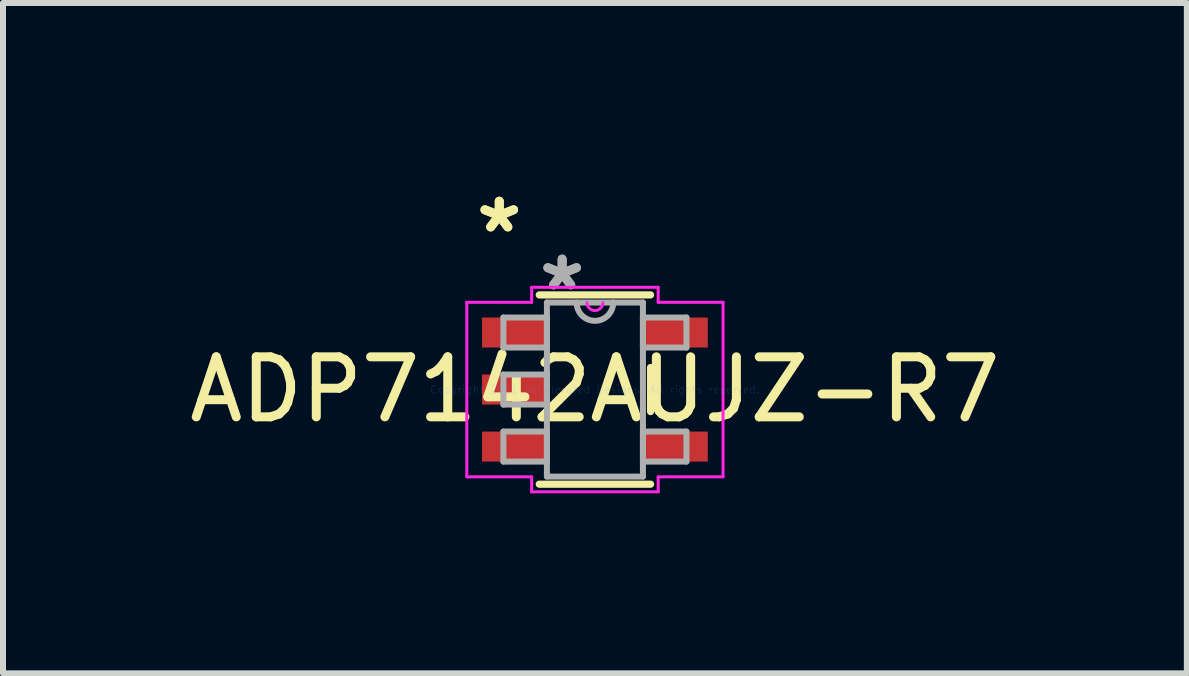
<source format=kicad_pcb>
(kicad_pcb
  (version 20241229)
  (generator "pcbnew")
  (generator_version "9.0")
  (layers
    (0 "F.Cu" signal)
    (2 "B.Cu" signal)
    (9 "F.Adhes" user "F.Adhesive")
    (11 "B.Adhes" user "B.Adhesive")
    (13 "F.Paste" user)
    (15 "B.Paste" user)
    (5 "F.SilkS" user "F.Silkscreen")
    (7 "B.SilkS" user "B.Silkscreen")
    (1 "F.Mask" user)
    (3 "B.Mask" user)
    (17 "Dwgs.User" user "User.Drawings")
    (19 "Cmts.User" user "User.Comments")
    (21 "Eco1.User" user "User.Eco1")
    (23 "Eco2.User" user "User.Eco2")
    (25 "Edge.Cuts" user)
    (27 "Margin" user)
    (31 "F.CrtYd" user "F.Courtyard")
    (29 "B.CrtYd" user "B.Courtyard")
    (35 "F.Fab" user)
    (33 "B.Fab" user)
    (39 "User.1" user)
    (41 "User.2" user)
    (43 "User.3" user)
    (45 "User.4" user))
  (footprint "ADP7142AUJZ-R7"
    (layer "F.Cu")
    (at 6.863 3.441)
    (property "Reference" "ADP7142AUJZ-R7" (at 0 0 0) (layer "F.SilkS") (effects (font (size 1 1) (thickness 0.15))))
    (attr through_hole)
    (fp_line (start -0.927 1.577) (end 0.927 1.577) (stroke (width 0.12) (type solid)) (layer "F.SilkS"))
    (fp_line (start 0.927 -1.577) (end -0.927 -1.577) (stroke (width 0.12) (type solid)) (layer "F.SilkS"))
    (fp_line (start 0.927 0.367) (end 0.927 -0.367) (stroke (width 0.12) (type solid)) (layer "F.SilkS"))
    (fp_line (start -2.135 -1.454) (end -1.054 -1.454) (stroke (width 0.05) (type solid)) (layer "F.CrtYd"))
    (fp_line (start -2.135 1.454) (end -2.135 -1.454) (stroke (width 0.05) (type solid)) (layer "F.CrtYd"))
    (fp_line (start -1.054 -1.704) (end 1.054 -1.704) (stroke (width 0.05) (type solid)) (layer "F.CrtYd"))
    (fp_line (start -1.054 -1.454) (end -1.054 -1.704) (stroke (width 0.05) (type solid)) (layer "F.CrtYd"))
    (fp_line (start -1.054 1.454) (end -2.135 1.454) (stroke (width 0.05) (type solid)) (layer "F.CrtYd"))
    (fp_line (start -1.054 1.704) (end -1.054 1.454) (stroke (width 0.05) (type solid)) (layer "F.CrtYd"))
    (fp_line (start 1.054 -1.704) (end 1.054 -1.454) (stroke (width 0.05) (type solid)) (layer "F.CrtYd"))
    (fp_line (start 1.054 -1.454) (end 2.135 -1.454) (stroke (width 0.05) (type solid)) (layer "F.CrtYd"))
    (fp_line (start 1.054 1.454) (end 1.054 1.704) (stroke (width 0.05) (type solid)) (layer "F.CrtYd"))
    (fp_line (start 1.054 1.704) (end -1.054 1.704) (stroke (width 0.05) (type solid)) (layer "F.CrtYd"))
    (fp_line (start 2.135 -1.454) (end 2.135 1.454) (stroke (width 0.05) (type solid)) (layer "F.CrtYd"))
    (fp_line (start 2.135 1.454) (end 1.054 1.454) (stroke (width 0.05) (type solid)) (layer "F.CrtYd"))
    (fp_arc (start 0.133333 -1.45) (mid 0 -1.316667) (end -0.133333 -1.45) (stroke (width 0.05) (type solid)) (layer "F.CrtYd"))
    (fp_line (start -1.525 -1.2) (end -1.525 -0.7) (stroke (width 0.1) (type solid)) (layer "F.Fab"))
    (fp_line (start -1.525 -0.7) (end -0.8 -0.7) (stroke (width 0.1) (type solid)) (layer "F.Fab"))
    (fp_line (start -1.525 -0.25) (end -1.525 0.25) (stroke (width 0.1) (type solid)) (layer "F.Fab"))
    (fp_line (start -1.525 0.25) (end -0.8 0.25) (stroke (width 0.1) (type solid)) (layer "F.Fab"))
    (fp_line (start -1.525 0.7) (end -1.525 1.2) (stroke (width 0.1) (type solid)) (layer "F.Fab"))
    (fp_line (start -1.525 1.2) (end -0.8 1.2) (stroke (width 0.1) (type solid)) (layer "F.Fab"))
    (fp_line (start -0.8 -1.45) (end -0.8 1.45) (stroke (width 0.1) (type solid)) (layer "F.Fab"))
    (fp_line (start -0.8 -1.2) (end -1.525 -1.2) (stroke (width 0.1) (type solid)) (layer "F.Fab"))
    (fp_line (start -0.8 -0.7) (end -0.8 -1.2) (stroke (width 0.1) (type solid)) (layer "F.Fab"))
    (fp_line (start -0.8 -0.25) (end -1.525 -0.25) (stroke (width 0.1) (type solid)) (layer "F.Fab"))
    (fp_line (start -0.8 0.25) (end -0.8 -0.25) (stroke (width 0.1) (type solid)) (layer "F.Fab"))
    (fp_line (start -0.8 0.7) (end -1.525 0.7) (stroke (width 0.1) (type solid)) (layer "F.Fab"))
    (fp_line (start -0.8 1.2) (end -0.8 0.7) (stroke (width 0.1) (type solid)) (layer "F.Fab"))
    (fp_line (start -0.8 1.45) (end 0.8 1.45) (stroke (width 0.1) (type solid)) (layer "F.Fab"))
    (fp_line (start 0.8 -1.45) (end -0.8 -1.45) (stroke (width 0.1) (type solid)) (layer "F.Fab"))
    (fp_line (start 0.8 -1.2) (end 0.8 -0.7) (stroke (width 0.1) (type solid)) (layer "F.Fab"))
    (fp_line (start 0.8 -0.7) (end 1.525 -0.7) (stroke (width 0.1) (type solid)) (layer "F.Fab"))
    (fp_line (start 0.8 0.7) (end 0.8 1.2) (stroke (width 0.1) (type solid)) (layer "F.Fab"))
    (fp_line (start 0.8 1.2) (end 1.525 1.2) (stroke (width 0.1) (type solid)) (layer "F.Fab"))
    (fp_line (start 0.8 1.45) (end 0.8 -1.45) (stroke (width 0.1) (type solid)) (layer "F.Fab"))
    (fp_line (start 1.525 -1.2) (end 0.8 -1.2) (stroke (width 0.1) (type solid)) (layer "F.Fab"))
    (fp_line (start 1.525 -0.7) (end 1.525 -1.2) (stroke (width 0.1) (type solid)) (layer "F.Fab"))
    (fp_line (start 1.525 0.7) (end 0.8 0.7) (stroke (width 0.1) (type solid)) (layer "F.Fab"))
    (fp_line (start 1.525 1.2) (end 1.525 0.7) (stroke (width 0.1) (type solid)) (layer "F.Fab"))
    (fp_arc (start 0.3048 -1.45) (mid 0 -1.1452) (end -0.3048 -1.45) (stroke (width 0.1) (type solid)) (layer "F.Fab"))
    (fp_text user "*" (at -1.594 -2.593 0) (layer "F.SilkS") (effects (font (size 1 1) (thickness 0.15))))
    (fp_text user "*" (at -1.594 -2.593 0) (layer "F.SilkS") (effects (font (size 1 1) (thickness 0.15))))
    (fp_text user "Copyright 2021 Accelerated Designs. All rights reserved." (at 0 0 0) (layer "Cmts.User") (effects (font (size 0.127 0.127) (thickness 0.002))))
    (fp_text user "*" (at -0.546 -1.628 0) (layer "F.Fab") (effects (font (size 1 1) (thickness 0.15))))
    (fp_text user "*" (at -0.546 -1.628 0) (layer "F.Fab") (effects (font (size 1 1) (thickness 0.15))))
    (pad "1" smd rect (at -1.34 -0.95) (size 1.081 0.5) (layers "F.Cu" "F.Mask" "F.Paste"))
    (pad "2" smd rect (at -1.34 0) (size 1.081 0.5) (layers "F.Cu" "F.Mask" "F.Paste"))
    (pad "3" smd rect (at -1.34 0.95) (size 1.081 0.5) (layers "F.Cu" "F.Mask" "F.Paste"))
    (pad "4" smd rect (at 1.34 0.95) (size 1.081 0.5) (layers "F.Cu" "F.Mask" "F.Paste"))
    (pad "5" smd rect (at 1.34 -0.95) (size 1.081 0.5) (layers "F.Cu" "F.Mask" "F.Paste")))
  (gr_rect
    (start -3 -3)
    (end 16.726 8.17)
    (stroke (width 0.1) (type default))
    (fill no)
    (layer "Edge.Cuts")))
</source>
